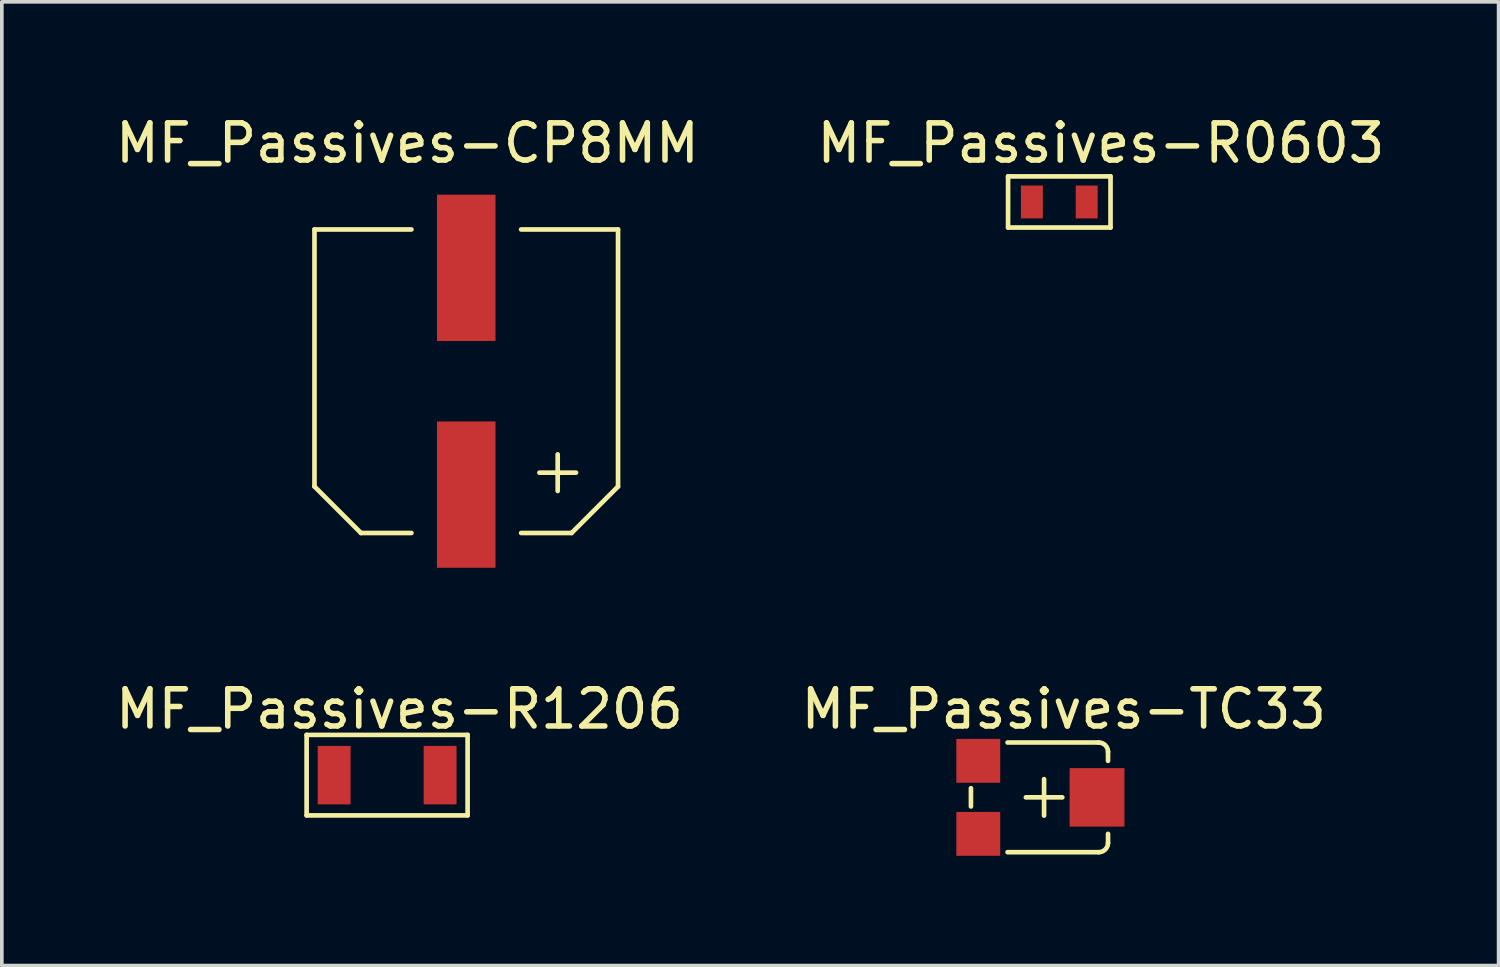
<source format=kicad_pcb>
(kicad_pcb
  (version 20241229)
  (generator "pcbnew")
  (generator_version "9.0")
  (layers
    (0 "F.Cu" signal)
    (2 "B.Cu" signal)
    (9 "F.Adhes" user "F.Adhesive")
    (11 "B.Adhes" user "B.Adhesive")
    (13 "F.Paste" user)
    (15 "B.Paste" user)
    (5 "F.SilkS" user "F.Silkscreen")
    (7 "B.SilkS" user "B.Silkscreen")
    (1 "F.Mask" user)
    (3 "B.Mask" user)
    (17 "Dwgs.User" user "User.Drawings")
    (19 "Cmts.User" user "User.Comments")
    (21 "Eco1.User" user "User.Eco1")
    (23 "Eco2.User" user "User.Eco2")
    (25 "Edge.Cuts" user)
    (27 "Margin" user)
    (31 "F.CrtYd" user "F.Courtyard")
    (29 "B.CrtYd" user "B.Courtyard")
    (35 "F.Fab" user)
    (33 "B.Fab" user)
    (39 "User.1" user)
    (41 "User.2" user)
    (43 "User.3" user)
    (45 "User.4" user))
  (footprint "MF_Passives-R0603"
    (layer "F.Cu")
    (at 25.901 2.47)
    (property "Reference" "MF_Passives-R0603" (at 1.138 -1.608 0) (layer "F.SilkS") (effects (font (size 1.016 1.016) (thickness 0.152))))
    (attr smd)
    (fp_line (start -1.4 -0.699) (end -1.4 0.699) (stroke (width 0.127) (type solid)) (layer "F.SilkS"))
    (fp_line (start -1.4 0.699) (end 1.4 0.699) (stroke (width 0.127) (type solid)) (layer "F.SilkS"))
    (fp_line (start 1.4 -0.699) (end -1.4 -0.699) (stroke (width 0.127) (type solid)) (layer "F.SilkS"))
    (fp_line (start 1.4 0.699) (end 1.4 -0.699) (stroke (width 0.127) (type solid)) (layer "F.SilkS"))
    (pad "1" smd rect (at -0.749 0 180) (size 0.599 0.899) (layers "F.Cu" "F.Mask" "F.Paste"))
    (pad "2" smd rect (at 0.749 0 180) (size 0.599 0.899) (layers "F.Cu" "F.Mask" "F.Paste")))
  (footprint "MF_Passives-R1206"
    (layer "F.Cu")
    (at 7.53 18.135)
    (property "Reference" "MF_Passives-R1206" (at 0.338 -1.806 0) (layer "F.SilkS") (effects (font (size 1.016 1.016) (thickness 0.152))))
    (attr smd)
    (fp_line (start -2.2 -1.1) (end -2.2 1.1) (stroke (width 0.127) (type solid)) (layer "F.SilkS"))
    (fp_line (start -2.2 1.1) (end 2.2 1.1) (stroke (width 0.127) (type solid)) (layer "F.SilkS"))
    (fp_line (start 2.2 -1.1) (end -2.2 -1.1) (stroke (width 0.127) (type solid)) (layer "F.SilkS"))
    (fp_line (start 2.2 1.1) (end 2.2 -1.1) (stroke (width 0.127) (type solid)) (layer "F.SilkS"))
    (pad "1" smd rect (at -1.448 0 180) (size 0.899 1.598) (layers "F.Cu" "F.Mask" "F.Paste"))
    (pad "2" smd rect (at 1.448 0 180) (size 0.899 1.598) (layers "F.Cu" "F.Mask" "F.Paste")))
  (footprint "MF_Passives-TC33"
    (layer "F.Cu")
    (at 25.485 18.742)
    (property "Reference" "MF_Passives-TC33" (at 0.538 -2.413 0) (layer "F.SilkS") (effects (font (size 1.016 1.016) (thickness 0.152))))
    (attr smd)
    (fp_line (start -1.999 0.249) (end -1.999 -0.249) (stroke (width 0.127) (type solid)) (layer "F.SilkS"))
    (fp_line (start -0.998 -1.499) (end 1.494 -1.499) (stroke (width 0.127) (type solid)) (layer "F.SilkS"))
    (fp_line (start 0 -0.498) (end 0 0.498) (stroke (width 0.127) (type solid)) (layer "F.SilkS"))
    (fp_line (start 0.498 0) (end -0.498 0) (stroke (width 0.127) (type solid)) (layer "F.SilkS"))
    (fp_line (start 1.494 1.499) (end -0.998 1.499) (stroke (width 0.127) (type solid)) (layer "F.SilkS"))
    (fp_line (start 1.748 -1.245) (end 1.748 -0.998) (stroke (width 0.127) (type solid)) (layer "F.SilkS"))
    (fp_line (start 1.748 0.998) (end 1.748 1.245) (stroke (width 0.127) (type solid)) (layer "F.SilkS"))
    (fp_arc (start 1.49352 -1.4986) (mid 1.673125 -1.424205) (end 1.74752 -1.2446) (stroke (width 0.127) (type solid)) (layer "F.SilkS"))
    (fp_arc (start 1.74752 1.2446) (mid 1.673125 1.424205) (end 1.49352 1.4986) (stroke (width 0.127) (type solid)) (layer "F.SilkS"))
    (pad "1" smd rect (at -1.798 -0.998 270) (size 1.199 1.199) (layers "F.Cu" "F.Mask" "F.Paste"))
    (pad "2" smd rect (at 1.448 0 270) (size 1.598 1.499) (layers "F.Cu" "F.Mask" "F.Paste"))
    (pad "3" smd rect (at -1.798 0.998 270) (size 1.199 1.199) (layers "F.Cu" "F.Mask" "F.Paste")))
  (footprint "MF_Passives-CP8MM"
    (layer "F.Cu")
    (at 9.693 7.369)
    (property "Reference" "MF_Passives-CP8MM" (at -1.608 -6.507 0) (layer "F.SilkS") (effects (font (size 1.016 1.016) (thickness 0.152))))
    (attr smd)
    (fp_line (start -4.148 -4.148) (end -4.148 2.878) (stroke (width 0.127) (type solid)) (layer "F.SilkS"))
    (fp_line (start -4.148 2.878) (end -2.878 4.148) (stroke (width 0.127) (type solid)) (layer "F.SilkS"))
    (fp_line (start -2.878 4.148) (end -1.499 4.148) (stroke (width 0.127) (type solid)) (layer "F.SilkS"))
    (fp_line (start -1.499 -4.148) (end -4.148 -4.148) (stroke (width 0.127) (type solid)) (layer "F.SilkS"))
    (fp_line (start 1.499 4.148) (end 2.878 4.148) (stroke (width 0.127) (type solid)) (layer "F.SilkS"))
    (fp_line (start 2.499 1.999) (end 2.499 3) (stroke (width 0.127) (type solid)) (layer "F.SilkS"))
    (fp_line (start 2.878 4.148) (end 4.148 2.878) (stroke (width 0.127) (type solid)) (layer "F.SilkS"))
    (fp_line (start 3 2.499) (end 1.999 2.499) (stroke (width 0.127) (type solid)) (layer "F.SilkS"))
    (fp_line (start 4.148 -4.148) (end 1.499 -4.148) (stroke (width 0.127) (type solid)) (layer "F.SilkS"))
    (fp_line (start 4.148 2.878) (end 4.148 -4.148) (stroke (width 0.127) (type solid)) (layer "F.SilkS"))
    (pad "1" smd rect (at 0 3.099 90) (size 3.998 1.598) (layers "F.Cu" "F.Mask" "F.Paste"))
    (pad "2" smd rect (at 0 -3.099 90) (size 3.998 1.598) (layers "F.Cu" "F.Mask" "F.Paste")))
  (gr_rect
    (start -3 -3)
    (end 37.907 23.34)
    (stroke (width 0.1) (type default))
    (fill no)
    (layer "Edge.Cuts")))
</source>
